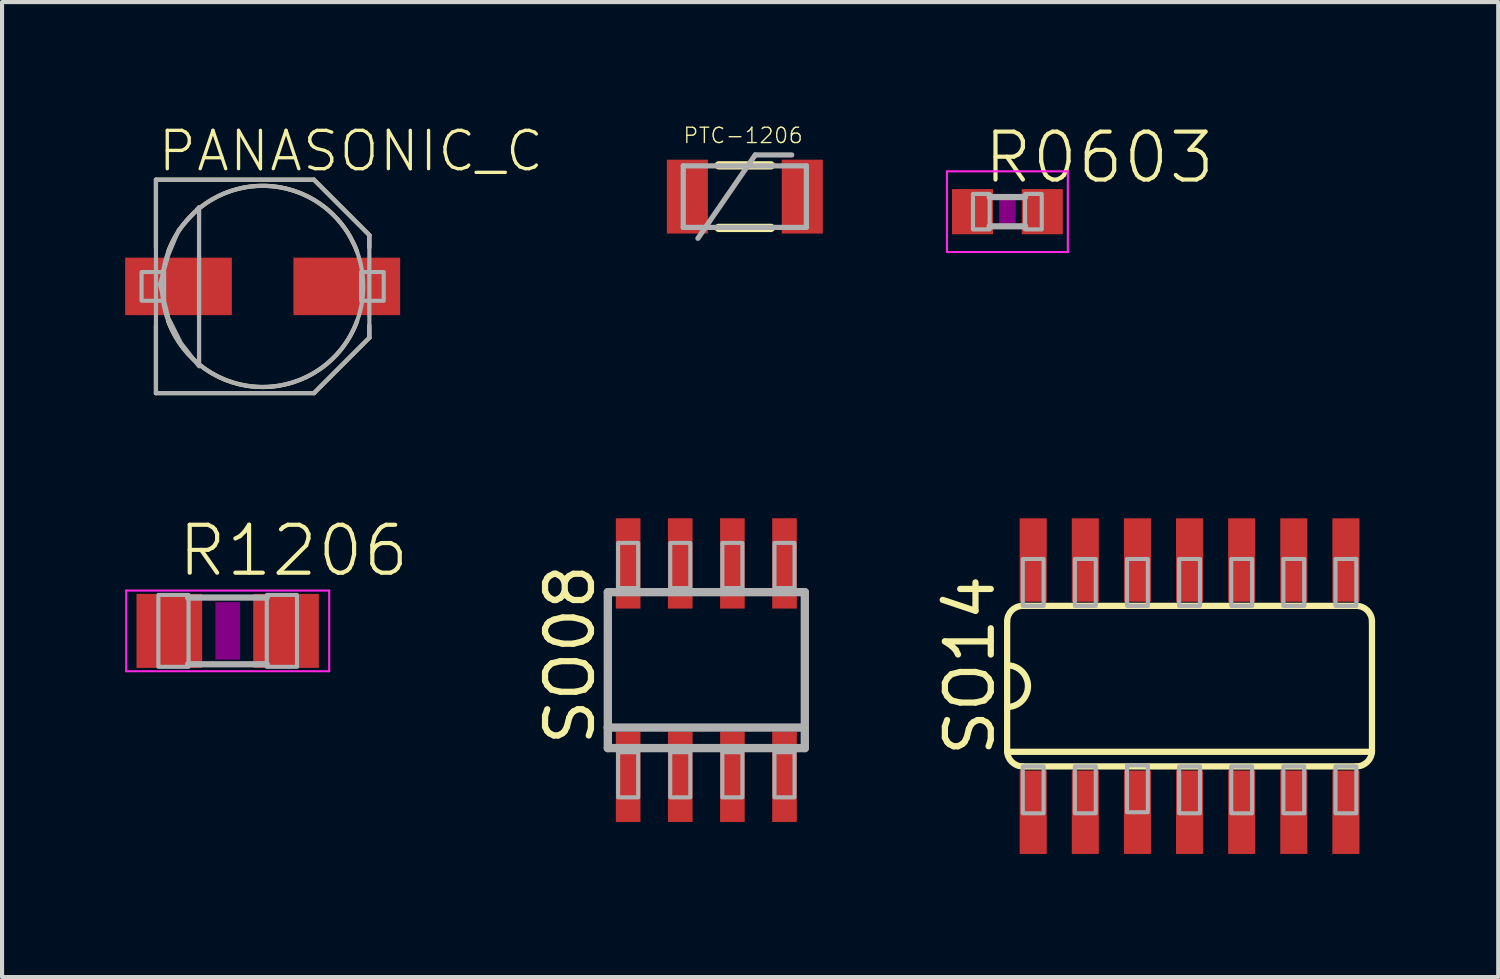
<source format=kicad_pcb>
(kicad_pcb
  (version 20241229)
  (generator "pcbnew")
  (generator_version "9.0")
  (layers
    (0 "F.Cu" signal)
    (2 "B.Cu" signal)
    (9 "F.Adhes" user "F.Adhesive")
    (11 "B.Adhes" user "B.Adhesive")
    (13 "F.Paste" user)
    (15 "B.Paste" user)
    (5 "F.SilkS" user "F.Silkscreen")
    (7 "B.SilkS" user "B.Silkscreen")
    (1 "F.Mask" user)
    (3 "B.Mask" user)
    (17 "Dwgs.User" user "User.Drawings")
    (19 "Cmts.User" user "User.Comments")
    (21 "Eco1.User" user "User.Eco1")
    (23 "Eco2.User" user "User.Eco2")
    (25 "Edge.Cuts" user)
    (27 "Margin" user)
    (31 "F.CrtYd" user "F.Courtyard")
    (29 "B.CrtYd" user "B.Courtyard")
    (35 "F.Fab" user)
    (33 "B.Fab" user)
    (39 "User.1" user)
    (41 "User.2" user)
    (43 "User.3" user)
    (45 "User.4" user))
  (footprint "SO08"
    (layer "F.Cu")
    (at 14.161 13.279)
    (property "Reference" "SO08" (at -2.667 1.905 90) (layer "F.SilkS") (effects (font (size 1.118 1.118) (thickness 0.152)) (justify left bottom)))
    (fp_line (start -2.4 -1.9) (end 2.4 -1.9) (stroke (width 0.203) (type solid)) (layer "F.Fab"))
    (fp_line (start -2.4 1.4) (end -2.4 -1.9) (stroke (width 0.203) (type solid)) (layer "F.Fab"))
    (fp_line (start -2.4 1.9) (end -2.4 1.4) (stroke (width 0.203) (type solid)) (layer "F.Fab"))
    (fp_line (start 2.4 -1.9) (end 2.4 1.4) (stroke (width 0.203) (type solid)) (layer "F.Fab"))
    (fp_line (start 2.4 1.4) (end -2.4 1.4) (stroke (width 0.203) (type solid)) (layer "F.Fab"))
    (fp_line (start 2.4 1.4) (end 2.4 1.9) (stroke (width 0.203) (type solid)) (layer "F.Fab"))
    (fp_line (start 2.4 1.9) (end -2.4 1.9) (stroke (width 0.203) (type solid)) (layer "F.Fab"))
    (fp_poly (pts (xy -2.15 -2) (xy -1.66 -2) (xy -1.66 -3.1) (xy -2.15 -3.1)) (stroke (width 0.1) (type solid)) (fill no) (layer "F.Fab"))
    (fp_poly (pts (xy -2.15 3.1) (xy -1.66 3.1) (xy -1.66 2) (xy -2.15 2)) (stroke (width 0.1) (type solid)) (fill no) (layer "F.Fab"))
    (fp_poly (pts (xy -0.88 -2) (xy -0.39 -2) (xy -0.39 -3.1) (xy -0.88 -3.1)) (stroke (width 0.1) (type solid)) (fill no) (layer "F.Fab"))
    (fp_poly (pts (xy -0.88 3.1) (xy -0.39 3.1) (xy -0.39 2) (xy -0.88 2)) (stroke (width 0.1) (type solid)) (fill no) (layer "F.Fab"))
    (fp_poly (pts (xy 0.39 -2) (xy 0.88 -2) (xy 0.88 -3.1) (xy 0.39 -3.1)) (stroke (width 0.1) (type solid)) (fill no) (layer "F.Fab"))
    (fp_poly (pts (xy 0.39 3.1) (xy 0.88 3.1) (xy 0.88 2) (xy 0.39 2)) (stroke (width 0.1) (type solid)) (fill no) (layer "F.Fab"))
    (fp_poly (pts (xy 1.66 -2) (xy 2.15 -2) (xy 2.15 -3.1) (xy 1.66 -3.1)) (stroke (width 0.1) (type solid)) (fill no) (layer "F.Fab"))
    (fp_poly (pts (xy 1.66 3.1) (xy 2.15 3.1) (xy 2.15 2) (xy 1.66 2)) (stroke (width 0.1) (type solid)) (fill no) (layer "F.Fab"))
    (pad "1" smd rect (at -1.905 2.6) (size 0.6 2.2) (layers "F.Cu" "F.Mask" "F.Paste"))
    (pad "2" smd rect (at -0.635 2.6) (size 0.6 2.2) (layers "F.Cu" "F.Mask" "F.Paste"))
    (pad "3" smd rect (at 0.635 2.6) (size 0.6 2.2) (layers "F.Cu" "F.Mask" "F.Paste"))
    (pad "4" smd rect (at 1.905 2.6) (size 0.6 2.2) (layers "F.Cu" "F.Mask" "F.Paste"))
    (pad "5" smd rect (at 1.905 -2.6) (size 0.6 2.2) (layers "F.Cu" "F.Mask" "F.Paste"))
    (pad "6" smd rect (at 0.635 -2.6) (size 0.6 2.2) (layers "F.Cu" "F.Mask" "F.Paste"))
    (pad "7" smd rect (at -0.635 -2.6) (size 0.6 2.2) (layers "F.Cu" "F.Mask" "F.Paste"))
    (pad "8" smd rect (at -1.905 -2.6) (size 0.6 2.2) (layers "F.Cu" "F.Mask" "F.Paste")))
  (footprint "SO14"
    (layer "F.Cu")
    (at 25.936 13.669)
    (property "Reference" "SO14" (at -4.699 1.778 90) (layer "F.SilkS") (effects (font (size 1.118 1.118) (thickness 0.152)) (justify left bottom)))
    (fp_line (start -4.445 -1.575) (end -4.445 1.575) (stroke (width 0.152) (type solid)) (layer "F.SilkS"))
    (fp_line (start -4.445 1.6) (end 4.445 1.6) (stroke (width 0.152) (type solid)) (layer "F.SilkS"))
    (fp_line (start -4.064 1.956) (end 4.064 1.956) (stroke (width 0.152) (type solid)) (layer "F.SilkS"))
    (fp_line (start 4.064 -1.956) (end -4.064 -1.956) (stroke (width 0.152) (type solid)) (layer "F.SilkS"))
    (fp_line (start 4.445 1.575) (end 4.445 -1.575) (stroke (width 0.152) (type solid)) (layer "F.SilkS"))
    (fp_arc (start -4.445 -1.5748) (mid -4.333408 -1.844208) (end -4.064 -1.9558) (stroke (width 0.1524) (type solid)) (layer "F.SilkS"))
    (fp_arc (start -4.445 -0.508) (mid -3.937 0) (end -4.445 0.508) (stroke (width 0.1524) (type solid)) (layer "F.SilkS"))
    (fp_arc (start -4.064 1.9558) (mid -4.333408 1.844208) (end -4.445 1.5748) (stroke (width 0.1524) (type solid)) (layer "F.SilkS"))
    (fp_arc (start 4.064 -1.9558) (mid 4.333408 -1.844208) (end 4.445 -1.5748) (stroke (width 0.1524) (type solid)) (layer "F.SilkS"))
    (fp_arc (start 4.445 1.5748) (mid 4.333408 1.844208) (end 4.064 1.9558) (stroke (width 0.1524) (type solid)) (layer "F.SilkS"))
    (fp_poly (pts (xy -4.064 -1.956) (xy -3.556 -1.956) (xy -3.556 -3.099) (xy -4.064 -3.099)) (stroke (width 0.1) (type solid)) (fill no) (layer "F.Fab"))
    (fp_poly (pts (xy -4.064 3.099) (xy -3.556 3.099) (xy -3.556 1.956) (xy -4.064 1.956)) (stroke (width 0.1) (type solid)) (fill no) (layer "F.Fab"))
    (fp_poly (pts (xy -2.794 -1.956) (xy -2.286 -1.956) (xy -2.286 -3.099) (xy -2.794 -3.099)) (stroke (width 0.1) (type solid)) (fill no) (layer "F.Fab"))
    (fp_poly (pts (xy -2.794 3.099) (xy -2.286 3.099) (xy -2.286 1.956) (xy -2.794 1.956)) (stroke (width 0.1) (type solid)) (fill no) (layer "F.Fab"))
    (fp_poly (pts (xy -1.524 -1.956) (xy -1.016 -1.956) (xy -1.016 -3.099) (xy -1.524 -3.099)) (stroke (width 0.1) (type solid)) (fill no) (layer "F.Fab"))
    (fp_poly (pts (xy -1.524 3.073) (xy -1.016 3.073) (xy -1.016 1.93) (xy -1.524 1.93)) (stroke (width 0.1) (type solid)) (fill no) (layer "F.Fab"))
    (fp_poly (pts (xy -0.254 -1.956) (xy 0.254 -1.956) (xy 0.254 -3.099) (xy -0.254 -3.099)) (stroke (width 0.1) (type solid)) (fill no) (layer "F.Fab"))
    (fp_poly (pts (xy -0.254 3.099) (xy 0.254 3.099) (xy 0.254 1.956) (xy -0.254 1.956)) (stroke (width 0.1) (type solid)) (fill no) (layer "F.Fab"))
    (fp_poly (pts (xy 1.016 -1.956) (xy 1.524 -1.956) (xy 1.524 -3.099) (xy 1.016 -3.099)) (stroke (width 0.1) (type solid)) (fill no) (layer "F.Fab"))
    (fp_poly (pts (xy 1.016 3.099) (xy 1.524 3.099) (xy 1.524 1.956) (xy 1.016 1.956)) (stroke (width 0.1) (type solid)) (fill no) (layer "F.Fab"))
    (fp_poly (pts (xy 2.286 -1.956) (xy 2.794 -1.956) (xy 2.794 -3.099) (xy 2.286 -3.099)) (stroke (width 0.1) (type solid)) (fill no) (layer "F.Fab"))
    (fp_poly (pts (xy 2.286 3.099) (xy 2.794 3.099) (xy 2.794 1.956) (xy 2.286 1.956)) (stroke (width 0.1) (type solid)) (fill no) (layer "F.Fab"))
    (fp_poly (pts (xy 3.556 -1.956) (xy 4.064 -1.956) (xy 4.064 -3.099) (xy 3.556 -3.099)) (stroke (width 0.1) (type solid)) (fill no) (layer "F.Fab"))
    (fp_poly (pts (xy 3.556 3.099) (xy 4.064 3.099) (xy 4.064 1.956) (xy 3.556 1.956)) (stroke (width 0.1) (type solid)) (fill no) (layer "F.Fab"))
    (pad "1" smd rect (at -3.81 3.073) (size 0.66 2.032) (layers "F.Cu" "F.Mask" "F.Paste"))
    (pad "2" smd rect (at -2.54 3.073) (size 0.66 2.032) (layers "F.Cu" "F.Mask" "F.Paste"))
    (pad "3" smd rect (at -1.27 3.073) (size 0.66 2.032) (layers "F.Cu" "F.Mask" "F.Paste"))
    (pad "4" smd rect (at 0 3.073) (size 0.66 2.032) (layers "F.Cu" "F.Mask" "F.Paste"))
    (pad "5" smd rect (at 1.27 3.073) (size 0.66 2.032) (layers "F.Cu" "F.Mask" "F.Paste"))
    (pad "6" smd rect (at 2.54 3.073) (size 0.66 2.032) (layers "F.Cu" "F.Mask" "F.Paste"))
    (pad "7" smd rect (at 3.81 3.073) (size 0.66 2.032) (layers "F.Cu" "F.Mask" "F.Paste"))
    (pad "8" smd rect (at 3.81 -3.073) (size 0.66 2.032) (layers "F.Cu" "F.Mask" "F.Paste"))
    (pad "9" smd rect (at 2.54 -3.073) (size 0.66 2.032) (layers "F.Cu" "F.Mask" "F.Paste"))
    (pad "10" smd rect (at 1.27 -3.073) (size 0.66 2.032) (layers "F.Cu" "F.Mask" "F.Paste"))
    (pad "11" smd rect (at 0 -3.073) (size 0.66 2.032) (layers "F.Cu" "F.Mask" "F.Paste"))
    (pad "12" smd rect (at -1.27 -3.073) (size 0.66 2.032) (layers "F.Cu" "F.Mask" "F.Paste"))
    (pad "13" smd rect (at -2.54 -3.073) (size 0.66 2.032) (layers "F.Cu" "F.Mask" "F.Paste"))
    (pad "14" smd rect (at -3.81 -3.073) (size 0.66 2.032) (layers "F.Cu" "F.Mask" "F.Paste")))
  (footprint "R1206"
    (layer "F.Cu")
    (at 2.498 12.323)
    (property "Reference" "R1206" (at -1.27 -1.27 0) (layer "F.SilkS") (effects (font (size 1.168 1.168) (thickness 0.102)) (justify left bottom)))
    (fp_poly (pts (xy -0.3 0.7) (xy 0.3 0.7) (xy 0.3 -0.7) (xy -0.3 -0.7)) (stroke (width 0) (type solid)) (fill yes) (layer "F.Adhes"))
    (fp_line (start -2.473 -0.983) (end 2.473 -0.983) (stroke (width 0.051) (type solid)) (layer "F.CrtYd"))
    (fp_line (start -2.473 0.983) (end -2.473 -0.983) (stroke (width 0.051) (type solid)) (layer "F.CrtYd"))
    (fp_line (start 2.473 -0.983) (end 2.473 0.983) (stroke (width 0.051) (type solid)) (layer "F.CrtYd"))
    (fp_line (start 2.473 0.983) (end -2.473 0.983) (stroke (width 0.051) (type solid)) (layer "F.CrtYd"))
    (fp_line (start 0.953 -0.813) (end -0.965 -0.813) (stroke (width 0.152) (type solid)) (layer "F.Fab"))
    (fp_line (start 0.953 0.813) (end -0.965 0.813) (stroke (width 0.152) (type solid)) (layer "F.Fab"))
    (fp_poly (pts (xy -1.689 0.876) (xy -0.953 0.876) (xy -0.953 -0.876) (xy -1.689 -0.876)) (stroke (width 0.1) (type solid)) (fill no) (layer "F.Fab"))
    (fp_poly (pts (xy 0.953 0.876) (xy 1.689 0.876) (xy 1.689 -0.876) (xy 0.953 -0.876)) (stroke (width 0.1) (type solid)) (fill no) (layer "F.Fab"))
    (pad "1" smd rect (at -1.422 0) (size 1.6 1.803) (layers "F.Cu" "F.Mask" "F.Paste"))
    (pad "2" smd rect (at 1.422 0) (size 1.6 1.803) (layers "F.Cu" "F.Mask" "F.Paste")))
  (footprint "PANASONIC_C"
    (layer "F.Cu")
    (at 3.35 3.929)
    (property "Reference" "PANASONIC_C" (at -2.6 -2.75 0) (layer "F.SilkS") (effects (font (size 0.935 0.935) (thickness 0.081)) (justify left bottom)))
    (fp_line (start -2.6 -2.6) (end 1.25 -2.6) (stroke (width 0.102) (type solid)) (layer "F.SilkS"))
    (fp_line (start -2.6 -0.95) (end -2.6 -2.6) (stroke (width 0.102) (type solid)) (layer "F.SilkS"))
    (fp_line (start -2.6 2.6) (end -2.6 0.95) (stroke (width 0.102) (type solid)) (layer "F.SilkS"))
    (fp_line (start 1.25 -2.6) (end 2.6 -1.25) (stroke (width 0.102) (type solid)) (layer "F.SilkS"))
    (fp_line (start 1.25 2.6) (end -2.6 2.6) (stroke (width 0.102) (type solid)) (layer "F.SilkS"))
    (fp_line (start 2.6 -1.25) (end 2.6 -0.95) (stroke (width 0.102) (type solid)) (layer "F.SilkS"))
    (fp_line (start 2.6 0.95) (end 2.6 1.25) (stroke (width 0.102) (type solid)) (layer "F.SilkS"))
    (fp_line (start 2.6 1.25) (end 1.25 2.6) (stroke (width 0.102) (type solid)) (layer "F.SilkS"))
    (fp_arc (start -2.3 -0.85) (mid 0 -2.45204) (end 2.3 -0.85) (stroke (width 0.1016) (type solid)) (layer "F.SilkS"))
    (fp_arc (start 2.3 0.85) (mid 0 2.45204) (end -2.3 0.85) (stroke (width 0.1016) (type solid)) (layer "F.SilkS"))
    (fp_line (start -2.6 -2.6) (end 1.25 -2.6) (stroke (width 0.102) (type solid)) (layer "F.Fab"))
    (fp_line (start -2.6 2.6) (end -2.6 -2.6) (stroke (width 0.102) (type solid)) (layer "F.Fab"))
    (fp_line (start -1.55 -1.85) (end -1.55 1.85) (stroke (width 0.102) (type solid)) (layer "F.Fab"))
    (fp_line (start 1.25 -2.6) (end 2.6 -1.25) (stroke (width 0.102) (type solid)) (layer "F.Fab"))
    (fp_line (start 1.25 2.6) (end -2.6 2.6) (stroke (width 0.102) (type solid)) (layer "F.Fab"))
    (fp_line (start 2.6 -1.25) (end 2.6 1.25) (stroke (width 0.102) (type solid)) (layer "F.Fab"))
    (fp_line (start 2.6 1.25) (end 1.25 2.6) (stroke (width 0.102) (type solid)) (layer "F.Fab"))
    (fp_circle (center 0 0) (end 2.45 0) (stroke (width 0.102) (type solid)) (fill no) (layer "F.Fab"))
    (fp_poly (pts (xy -2.95 0.35) (xy -2.4 0.35) (xy -2.4 -0.35) (xy -2.95 -0.35)) (stroke (width 0.1) (type solid)) (fill no) (layer "F.Fab"))
    (fp_poly (pts (xy 2.4 0.35) (xy 2.95 0.35) (xy 2.95 -0.35) (xy 2.4 -0.35)) (stroke (width 0.1) (type solid)) (fill no) (layer "F.Fab"))
    (fp_poly (pts (xy -1.549 1.948) (xy -1.993 1.377) (xy -2.298 0.768) (xy -2.503 -0.051) (xy -2.298 -0.767) (xy -2.044 -1.377) (xy -1.549 -1.934)) (stroke (width 0.1) (type solid)) (fill no) (layer "F.Fab"))
    (pad "+" smd rect (at 2.05 0) (size 2.6 1.4) (layers "F.Cu" "F.Mask" "F.Paste"))
    (pad "-" smd rect (at -2.05 0) (size 2.6 1.4) (layers "F.Cu" "F.Mask" "F.Paste")))
  (footprint "R0603"
    (layer "F.Cu")
    (at 21.497 2.108)
    (property "Reference" "R0603" (at -0.635 -0.635 0) (layer "F.SilkS") (effects (font (size 1.168 1.168) (thickness 0.102)) (justify left bottom)))
    (fp_poly (pts (xy -0.2 0.4) (xy 0.2 0.4) (xy 0.2 -0.4) (xy -0.2 -0.4)) (stroke (width 0) (type solid)) (fill yes) (layer "F.Adhes"))
    (fp_line (start -1.473 -0.983) (end 1.473 -0.983) (stroke (width 0.051) (type solid)) (layer "F.CrtYd"))
    (fp_line (start -1.473 0.983) (end -1.473 -0.983) (stroke (width 0.051) (type solid)) (layer "F.CrtYd"))
    (fp_line (start 1.473 -0.983) (end 1.473 0.983) (stroke (width 0.051) (type solid)) (layer "F.CrtYd"))
    (fp_line (start 1.473 0.983) (end -1.473 0.983) (stroke (width 0.051) (type solid)) (layer "F.CrtYd"))
    (fp_line (start -0.432 0.356) (end 0.432 0.356) (stroke (width 0.152) (type solid)) (layer "F.Fab"))
    (fp_line (start 0.432 -0.356) (end -0.432 -0.356) (stroke (width 0.152) (type solid)) (layer "F.Fab"))
    (fp_poly (pts (xy -0.838 0.432) (xy -0.432 0.432) (xy -0.432 -0.432) (xy -0.838 -0.432)) (stroke (width 0.1) (type solid)) (fill no) (layer "F.Fab"))
    (fp_poly (pts (xy 0.432 0.432) (xy 0.838 0.432) (xy 0.838 -0.432) (xy 0.432 -0.432)) (stroke (width 0.1) (type solid)) (fill no) (layer "F.Fab"))
    (pad "1" smd rect (at -0.85 0) (size 1 1.1) (layers "F.Cu" "F.Mask" "F.Paste"))
    (pad "2" smd rect (at 0.85 0) (size 1 1.1) (layers "F.Cu" "F.Mask" "F.Paste")))
  (footprint "PTC-1206"
    (layer "F.Cu")
    (at 15.099 1.741)
    (property "Reference" "PTC-1206" (at -1.524 -1.27 0) (layer "F.SilkS") (effects (font (size 0.374 0.374) (thickness 0.033)) (justify left bottom)))
    (fp_line (start -0.635 -0.762) (end 0.635 -0.762) (stroke (width 0.203) (type solid)) (layer "F.SilkS"))
    (fp_line (start 0.635 0.762) (end -0.635 0.762) (stroke (width 0.203) (type solid)) (layer "F.SilkS"))
    (fp_line (start -1.5 -0.75) (end 1.5 -0.75) (stroke (width 0.127) (type solid)) (layer "F.Fab"))
    (fp_line (start -1.5 0.75) (end -1.5 -0.75) (stroke (width 0.127) (type solid)) (layer "F.Fab"))
    (fp_line (start -1.143 1.016) (end 0.254 -1.016) (stroke (width 0.127) (type solid)) (layer "F.Fab"))
    (fp_line (start 0.254 -1.016) (end 1.143 -1.016) (stroke (width 0.127) (type solid)) (layer "F.Fab"))
    (fp_line (start 1.5 -0.75) (end 1.5 0.75) (stroke (width 0.127) (type solid)) (layer "F.Fab"))
    (fp_line (start 1.5 0.75) (end -1.5 0.75) (stroke (width 0.127) (type solid)) (layer "F.Fab"))
    (pad "1" smd rect (at -1.4 0) (size 1 1.8) (layers "F.Cu" "F.Mask" "F.Paste"))
    (pad "2" smd rect (at 1.4 0) (size 1 1.8) (layers "F.Cu" "F.Mask" "F.Paste")))
  (gr_rect
    (start -3 -3)
    (end 33.457 20.758)
    (stroke (width 0.1) (type default))
    (fill no)
    (layer "Edge.Cuts")))
</source>
